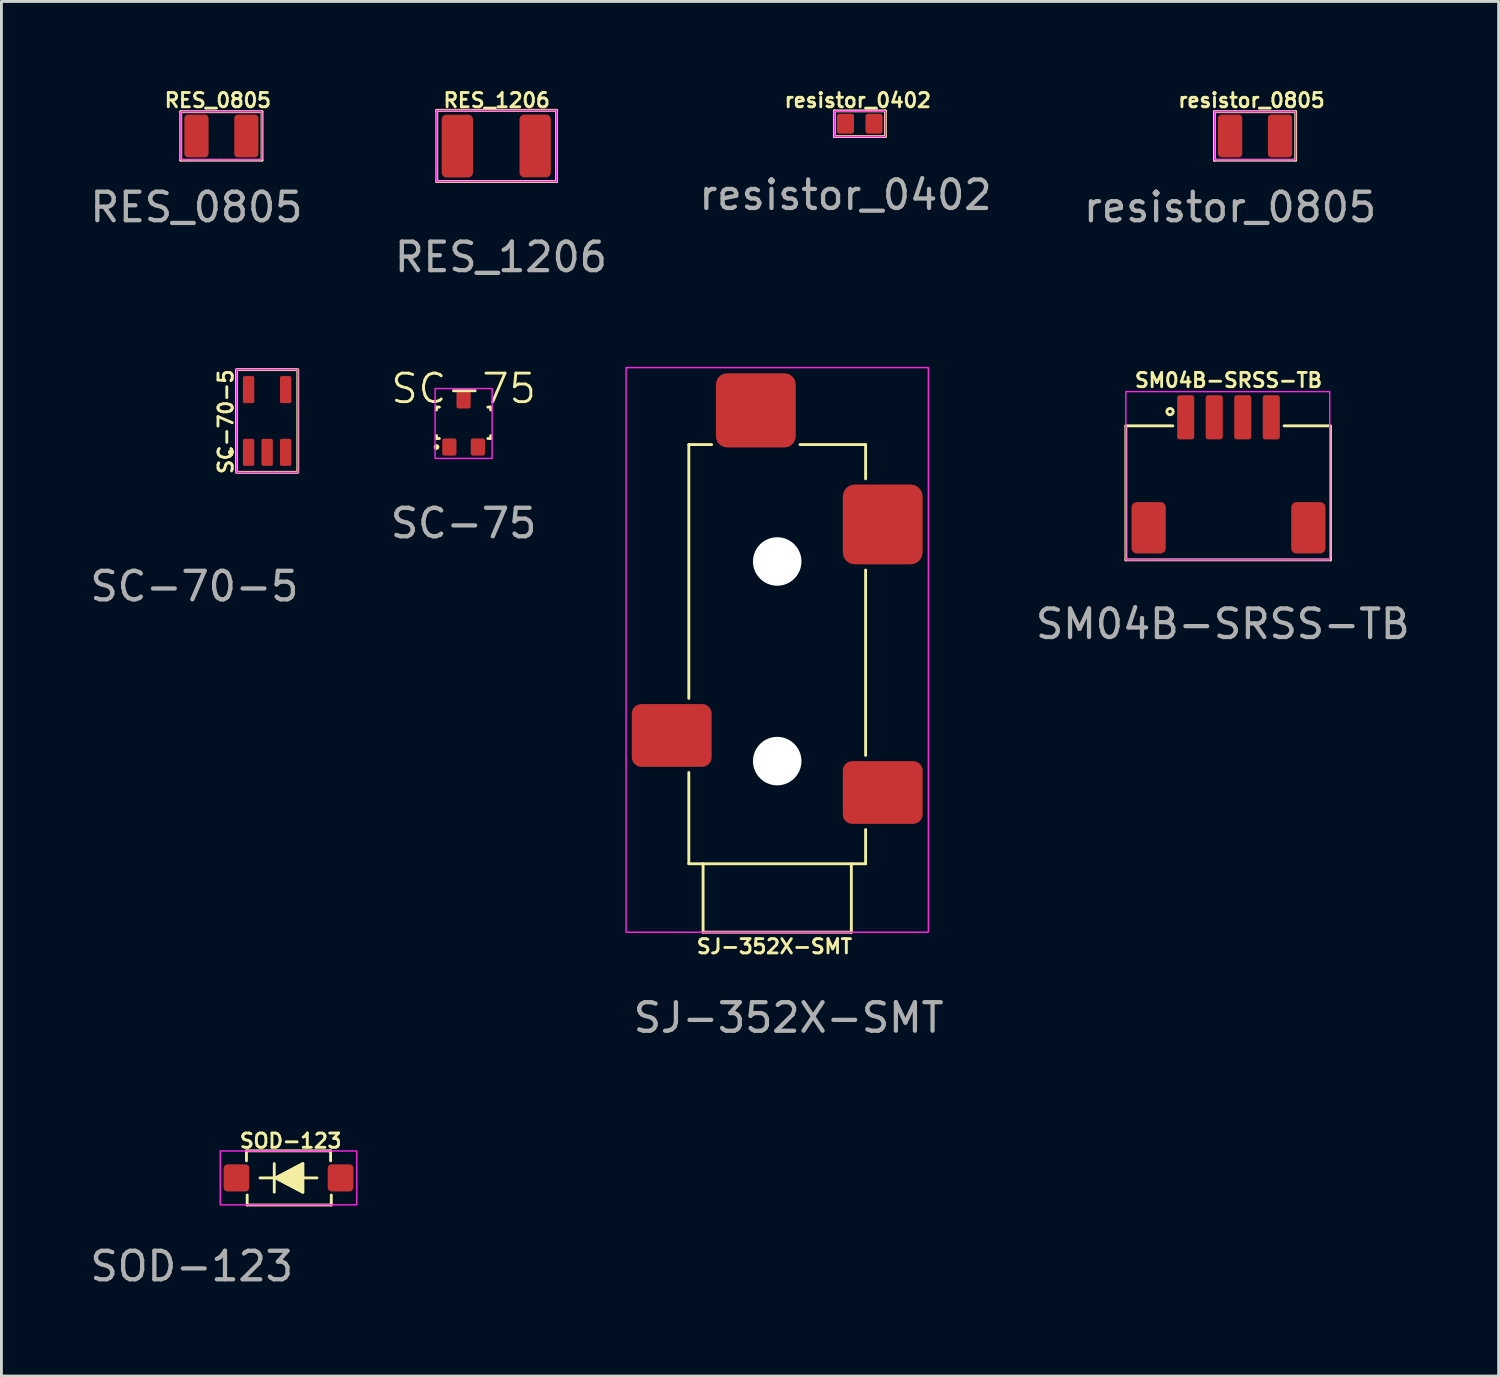
<source format=kicad_pcb>
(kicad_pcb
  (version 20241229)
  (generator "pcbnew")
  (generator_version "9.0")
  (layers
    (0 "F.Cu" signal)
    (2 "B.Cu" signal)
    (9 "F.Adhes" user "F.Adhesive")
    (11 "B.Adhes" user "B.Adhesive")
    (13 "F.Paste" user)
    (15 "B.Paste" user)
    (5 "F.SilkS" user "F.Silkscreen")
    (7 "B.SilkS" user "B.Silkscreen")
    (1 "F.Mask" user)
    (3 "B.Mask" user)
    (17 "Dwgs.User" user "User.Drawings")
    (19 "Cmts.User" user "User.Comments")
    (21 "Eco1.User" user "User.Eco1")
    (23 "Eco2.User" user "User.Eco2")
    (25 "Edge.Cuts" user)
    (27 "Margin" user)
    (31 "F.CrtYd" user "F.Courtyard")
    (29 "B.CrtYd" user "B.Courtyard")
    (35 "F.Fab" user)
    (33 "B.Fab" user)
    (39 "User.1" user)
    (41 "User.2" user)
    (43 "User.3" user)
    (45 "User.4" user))
  (footprint "resistor_0805"
    (layer "F.Cu")
    (at 40.964 1.713)
    (property "Reference" "resistor_0805" (at -0.125 -1.245 0) (unlocked yes) (layer "F.SilkS") (effects (font (size 0.5 0.5) (thickness 0.1))))
    (attr smd)
    (fp_line (start -1.425 -0.845) (end 1.425 -0.845) (stroke (width 0.1) (type default)) (layer "F.SilkS"))
    (fp_line (start -1.425 0.855) (end -1.425 -0.845) (stroke (width 0.1) (type default)) (layer "F.SilkS"))
    (fp_line (start 1.425 -0.845) (end 1.425 0.855) (stroke (width 0.1) (type default)) (layer "F.SilkS"))
    (fp_line (start 1.425 0.855) (end -1.425 0.855) (stroke (width 0.1) (type default)) (layer "F.SilkS"))
    (fp_rect (start -1.42 -0.845) (end 1.42 0.845) (stroke (width 0.05) (type default)) (fill no) (layer "F.CrtYd"))
    (fp_text user "${REFERENCE}" (at -0.875 2.505 0) (unlocked yes) (layer "F.Fab") (effects (font (size 1 1) (thickness 0.15))))
    (pad "1" smd roundrect (at -0.875 0.005) (size 0.85 1.5) (layers "F.Cu" "F.Mask" "F.Paste") (roundrect_rratio 0.15))
    (pad "2" smd roundrect (at 0.875 0.005) (size 0.85 1.5) (layers "F.Cu" "F.Mask" "F.Paste") (roundrect_rratio 0.15)))
  (footprint "SJ-352X-SMT"
    (layer "F.Cu")
    (at 24.206 19.741)
    (property "Reference" "SJ-352X-SMT" (at -0.1 10.4 0) (unlocked yes) (layer "F.SilkS") (effects (font (size 0.5 0.5) (thickness 0.1))))
    (attr smd)
    (fp_line (start -3.1 -7.2) (end -2.3 -7.2) (stroke (width 0.1) (type default)) (layer "F.SilkS"))
    (fp_line (start -3.1 1.7) (end -3.1 -7.2) (stroke (width 0.1) (type default)) (layer "F.SilkS"))
    (fp_line (start -3.1 7.5) (end -3.1 4.3) (stroke (width 0.1) (type default)) (layer "F.SilkS"))
    (fp_line (start -2.6 7.5) (end -2.6 9.9) (stroke (width 0.1) (type default)) (layer "F.SilkS"))
    (fp_line (start 0.8 -7.2) (end 3.1 -7.2) (stroke (width 0.1) (type default)) (layer "F.SilkS"))
    (fp_line (start 2.6 7.5) (end 2.6 9.9) (stroke (width 0.1) (type default)) (layer "F.SilkS"))
    (fp_line (start 2.6 9.9) (end -2.6 9.9) (stroke (width 0.1) (type default)) (layer "F.SilkS"))
    (fp_line (start 3.1 -6) (end 3.1 -7.2) (stroke (width 0.1) (type default)) (layer "F.SilkS"))
    (fp_line (start 3.1 3.7) (end 3.1 -2.8) (stroke (width 0.1) (type default)) (layer "F.SilkS"))
    (fp_line (start 3.1 7.5) (end -3.1 7.5) (stroke (width 0.1) (type default)) (layer "F.SilkS"))
    (fp_line (start 3.1 7.5) (end 3.1 6.3) (stroke (width 0.1) (type default)) (layer "F.SilkS"))
    (fp_rect (start -5.3 -9.9) (end 5.3 9.9) (stroke (width 0.05) (type default)) (fill no) (layer "F.CrtYd"))
    (fp_text user "${REFERENCE}" (at 0.4 12.9 0) (unlocked yes) (layer "F.Fab") (effects (font (size 1 1) (thickness 0.15))))
    (pad "" np_thru_hole circle (at 0 -3.1) (size 1.7 1.7) (drill 1.7) (layers "*.Cu" "*.Mask"))
    (pad "" np_thru_hole circle (at 0 3.9) (size 1.7 1.7) (drill 1.7) (layers "*.Cu" "*.Mask"))
    (pad "1" smd roundrect (at 3.7 5) (size 2.8 2.2) (layers "F.Cu" "F.Mask" "F.Paste") (roundrect_rratio 0.15))
    (pad "2" smd roundrect (at 3.7 -4.4) (size 2.8 2.8) (layers "F.Cu" "F.Mask" "F.Paste") (roundrect_rratio 0.15))
    (pad "3" smd roundrect (at -3.7 3) (size 2.8 2.2) (layers "F.Cu" "F.Mask" "F.Paste") (roundrect_rratio 0.15))
    (pad "4" smd roundrect (at -0.75 -8.4) (size 2.8 2.6) (layers "F.Cu" "F.Mask" "F.Paste") (roundrect_rratio 0.15)))
  (footprint "SM04B-SRSS-TB"
    (layer "F.Cu")
    (at 40.007 13.634)
    (property "Reference" "SM04B-SRSS-TB" (at 0.025 -3.35 0) (unlocked yes) (layer "F.SilkS") (effects (font (size 0.5 0.5) (thickness 0.1))))
    (attr smd)
    (fp_line (start -3.575 -1.75) (end -1.925 -1.75) (stroke (width 0.1) (type default)) (layer "F.SilkS"))
    (fp_line (start -3.575 2.95) (end -3.575 -1.75) (stroke (width 0.1) (type default)) (layer "F.SilkS"))
    (fp_line (start 1.975 -1.75) (end 3.575 -1.75) (stroke (width 0.1) (type default)) (layer "F.SilkS"))
    (fp_line (start 3.6 -1.75) (end 3.6 2.95) (stroke (width 0.1) (type default)) (layer "F.SilkS"))
    (fp_line (start 3.6 2.95) (end -3.575 2.95) (stroke (width 0.1) (type default)) (layer "F.SilkS"))
    (fp_circle (center -2.025 -2.25) (end -1.925 -2.3) (stroke (width 0.1) (type default)) (fill no) (layer "F.SilkS"))
    (fp_rect (start -3.575 -2.95) (end 3.575 2.95) (stroke (width 0.05) (type default)) (fill no) (layer "F.CrtYd"))
    (fp_text user "${REFERENCE}" (at -0.175 5.2 0) (unlocked yes) (layer "F.Fab") (effects (font (size 1 1) (thickness 0.15))))
    (pad "" smd roundrect (at -2.775 1.825) (size 1.2 1.8) (layers "F.Cu" "F.Mask" "F.Paste") (roundrect_rratio 0.15))
    (pad "" smd roundrect (at 2.825 1.825) (size 1.2 1.8) (layers "F.Cu" "F.Mask" "F.Paste") (roundrect_rratio 0.15))
    (pad "1" smd roundrect (at -1.475 -2.05) (size 0.6 1.55) (layers "F.Cu" "F.Mask" "F.Paste") (roundrect_rratio 0.15))
    (pad "2" smd roundrect (at -0.475 -2.05) (size 0.6 1.55) (layers "F.Cu" "F.Mask" "F.Paste") (roundrect_rratio 0.15))
    (pad "3" smd roundrect (at 0.525 -2.05) (size 0.6 1.55) (layers "F.Cu" "F.Mask" "F.Paste") (roundrect_rratio 0.15))
    (pad "4" smd roundrect (at 1.525 -2.05) (size 0.6 1.55) (layers "F.Cu" "F.Mask" "F.Paste") (roundrect_rratio 0.15)))
  (footprint "SOD-123"
    (layer "F.Cu")
    (at 7.068 38.258)
    (property "Reference" "SOD-123" (at 0.075 -1.3 0) (unlocked yes) (layer "F.SilkS") (effects (font (size 0.5 0.5) (thickness 0.1))))
    (attr smd)
    (fp_line (start -1.475 -0.95) (end 1.475 -0.95) (stroke (width 0.1) (type default)) (layer "F.SilkS"))
    (fp_line (start -1.475 -0.6) (end -1.475 -0.95) (stroke (width 0.1) (type default)) (layer "F.SilkS"))
    (fp_line (start -1.45 0.6) (end -1.45 0.95) (stroke (width 0.1) (type default)) (layer "F.SilkS"))
    (fp_line (start -1 0) (end -0.5 0) (stroke (width 0.1) (type default)) (layer "F.SilkS"))
    (fp_line (start -0.5 -0.5) (end -0.5 0) (stroke (width 0.1) (type default)) (layer "F.SilkS"))
    (fp_line (start -0.5 0.5) (end -0.5 0) (stroke (width 0.1) (type default)) (layer "F.SilkS"))
    (fp_line (start -0.45 0) (end 0.5 0.5) (stroke (width 0.1) (type default)) (layer "F.SilkS"))
    (fp_line (start 0.5 -0.5) (end -0.45 0) (stroke (width 0.1) (type default)) (layer "F.SilkS"))
    (fp_line (start 0.5 0) (end 1 0) (stroke (width 0.1) (type default)) (layer "F.SilkS"))
    (fp_line (start 0.5 0.5) (end 0.5 -0.5) (stroke (width 0.1) (type default)) (layer "F.SilkS"))
    (fp_line (start 1.475 -0.6) (end 1.475 -0.95) (stroke (width 0.1) (type default)) (layer "F.SilkS"))
    (fp_line (start 1.5 0.6) (end 1.5 0.95) (stroke (width 0.1) (type default)) (layer "F.SilkS"))
    (fp_line (start 1.5 0.95) (end -1.45 0.95) (stroke (width 0.1) (type default)) (layer "F.SilkS"))
    (fp_poly (pts (xy 0.5 -0.5) (xy -0.45 0) (xy 0.5 0.5)) (stroke (width 0.1) (type solid)) (fill yes) (layer "F.SilkS"))
    (fp_rect (start -2.395 -0.945) (end 2.395 0.945) (stroke (width 0.05) (type default)) (fill no) (layer "F.CrtYd"))
    (fp_text user "${REFERENCE}" (at -3.395 3.1 0) (unlocked yes) (layer "F.Fab") (effects (font (size 1 1) (thickness 0.15))))
    (pad "1" smd roundrect (at -1.825 0) (size 0.9 0.95) (layers "F.Cu" "F.Mask" "F.Paste") (roundrect_rratio 0.15))
    (pad "2" smd roundrect (at 1.825 0) (size 0.9 0.95) (layers "F.Cu" "F.Mask" "F.Paste") (roundrect_rratio 0.15)))
  (footprint "resistor_0402"
    (layer "F.Cu")
    (at 26.601 1.288)
    (property "Reference" "resistor_0402" (at 0.43 -0.82 0) (unlocked yes) (layer "F.SilkS") (effects (font (size 0.5 0.5) (thickness 0.1))))
    (attr smd)
    (fp_line (start -0.39 -0.45) (end 1.4 -0.45) (stroke (width 0.1) (type default)) (layer "F.SilkS"))
    (fp_line (start -0.39 0.45) (end -0.39 -0.45) (stroke (width 0.1) (type default)) (layer "F.SilkS"))
    (fp_line (start 1.395 0.45) (end -0.39 0.45) (stroke (width 0.1) (type default)) (layer "F.SilkS"))
    (fp_line (start 1.4 -0.45) (end 1.4 0.45) (stroke (width 0.1) (type default)) (layer "F.SilkS"))
    (fp_rect (start -0.39 -0.44) (end 1.4 0.45) (stroke (width 0.05) (type default)) (fill no) (layer "F.CrtYd"))
    (fp_text user "${REFERENCE}" (at 0 2.5 0) (unlocked yes) (layer "F.Fab") (effects (font (size 1 1) (thickness 0.15))))
    (pad "1" smd roundrect (at 0 0) (size 0.6 0.7) (layers "F.Cu" "F.Mask" "F.Paste") (roundrect_rratio 0.15))
    (pad "2" smd roundrect (at 1 0) (size 0.6 0.7) (layers "F.Cu" "F.Mask" "F.Paste") (roundrect_rratio 0.15)))
  (footprint "RES_1206"
    (layer "F.Cu")
    (at 14.368 2.068)
    (property "Reference" "RES_1206" (at 0 -1.6 0) (unlocked yes) (layer "F.SilkS") (effects (font (size 0.5 0.5) (thickness 0.1))))
    (attr smd)
    (fp_line (start -2.1 -1.25) (end 2.1 -1.25) (stroke (width 0.1) (type default)) (layer "F.SilkS"))
    (fp_line (start -2.1 1.25) (end -2.1 -1.25) (stroke (width 0.1) (type solid)) (layer "F.SilkS"))
    (fp_line (start 2.1 -1.25) (end 2.1 1.25) (stroke (width 0.1) (type default)) (layer "F.SilkS"))
    (fp_line (start 2.1 1.25) (end -2.1 1.25) (stroke (width 0.1) (type default)) (layer "F.SilkS"))
    (fp_rect (start -2.1 -1.25) (end 2.1 1.25) (stroke (width 0.05) (type default)) (fill no) (layer "F.CrtYd"))
    (fp_text user "${REFERENCE}" (at 0.15 3.9 0) (unlocked yes) (layer "F.Fab") (effects (font (size 1 1) (thickness 0.15))))
    (pad "1" smd roundrect (at -1.38 0.005) (size 1.1 2.2) (layers "F.Cu" "F.Mask" "F.Paste") (roundrect_rratio 0.15))
    (pad "2" smd roundrect (at 1.35 0) (size 1.1 2.2) (layers "F.Cu" "F.Mask" "F.Paste") (roundrect_rratio 0.15)))
  (footprint "SC-70-5"
    (layer "F.Cu")
    (at 6.318 11.713)
    (property "Reference" "SC-70-5" (at -1.45 0.025 90) (unlocked yes) (layer "F.SilkS") (effects (font (size 0.5 0.5) (thickness 0.1))))
    (attr smd)
    (fp_rect (start -1.075 -1.8) (end 1.075 1.8) (stroke (width 0.1) (type default)) (fill no) (layer "F.SilkS"))
    (fp_circle (center -1.275 1.1) (end -1.225 1.1) (stroke (width 0.1) (type default)) (fill no) (layer "F.SilkS"))
    (fp_rect (start -1.075 -1.8) (end 1.075 1.8) (stroke (width 0.05) (type default)) (fill no) (layer "F.CrtYd"))
    (fp_text user "${REFERENCE}" (at -2.55 5.8 0) (unlocked yes) (layer "F.Fab") (effects (font (size 1 1) (thickness 0.15))))
    (pad "1" smd roundrect (at -0.65 1.1 90) (size 0.95 0.4) (layers "F.Cu" "F.Mask" "F.Paste") (roundrect_rratio 0.15))
    (pad "2" smd roundrect (at 0 1.1 90) (size 0.95 0.4) (layers "F.Cu" "F.Mask" "F.Paste") (roundrect_rratio 0.15))
    (pad "3" smd roundrect (at 0.65 1.1 90) (size 0.95 0.4) (layers "F.Cu" "F.Mask" "F.Paste") (roundrect_rratio 0.15))
    (pad "4" smd roundrect (at 0.65 -1.1 90) (size 0.95 0.4) (layers "F.Cu" "F.Mask" "F.Paste") (roundrect_rratio 0.15))
    (pad "5" smd roundrect (at -0.65 -1.1 90) (size 0.95 0.4) (layers "F.Cu" "F.Mask" "F.Paste") (roundrect_rratio 0.15)))
  (footprint "RES_0805"
    (layer "F.Cu")
    (at 4.714 1.713)
    (property "Reference" "RES_0805" (at -0.125 -1.245 0) (unlocked yes) (layer "F.SilkS") (effects (font (size 0.5 0.5) (thickness 0.1))))
    (attr smd)
    (fp_line (start -1.425 -0.845) (end 1.425 -0.845) (stroke (width 0.1) (type default)) (layer "F.SilkS"))
    (fp_line (start -1.425 0.855) (end -1.425 -0.845) (stroke (width 0.1) (type default)) (layer "F.SilkS"))
    (fp_line (start 1.425 -0.845) (end 1.425 0.855) (stroke (width 0.1) (type default)) (layer "F.SilkS"))
    (fp_line (start 1.425 0.855) (end -1.425 0.855) (stroke (width 0.1) (type default)) (layer "F.SilkS"))
    (fp_rect (start -1.42 -0.845) (end 1.42 0.845) (stroke (width 0.05) (type default)) (fill no) (layer "F.CrtYd"))
    (fp_text user "${REFERENCE}" (at -0.875 2.505 0) (unlocked yes) (layer "F.Fab") (effects (font (size 1 1) (thickness 0.15))))
    (pad "1" smd roundrect (at -0.875 0.005) (size 0.85 1.5) (layers "F.Cu" "F.Mask" "F.Paste") (roundrect_rratio 0.15))
    (pad "2" smd roundrect (at 0.875 0.005) (size 0.85 1.5) (layers "F.Cu" "F.Mask" "F.Paste") (roundrect_rratio 0.15)))
  (footprint "SC-75"
    (layer "F.Cu")
    (at 13.208 11.802)
    (property "Reference" "SC-75" (at 0 -1.225 0) (unlocked yes) (layer "F.SilkS") (effects (font (size 1 1) (thickness 0.1))))
    (attr smd)
    (fp_line (start -0.95 -0.575) (end -0.85 -0.575) (stroke (width 0.1) (type default)) (layer "F.SilkS"))
    (fp_line (start -0.95 -0.475) (end -0.95 -0.575) (stroke (width 0.1) (type default)) (layer "F.SilkS"))
    (fp_line (start -0.95 0.525) (end -0.95 0.425) (stroke (width 0.1) (type default)) (layer "F.SilkS"))
    (fp_line (start -0.85 0.525) (end -0.95 0.525) (stroke (width 0.1) (type default)) (layer "F.SilkS"))
    (fp_line (start 0.85 0.525) (end 0.95 0.525) (stroke (width 0.1) (type default)) (layer "F.SilkS"))
    (fp_line (start 0.95 -0.575) (end 0.85 -0.575) (stroke (width 0.1) (type default)) (layer "F.SilkS"))
    (fp_line (start 0.95 -0.475) (end 0.95 -0.575) (stroke (width 0.1) (type default)) (layer "F.SilkS"))
    (fp_line (start 0.95 0.525) (end 0.95 0.425) (stroke (width 0.1) (type default)) (layer "F.SilkS"))
    (fp_circle (center -0.95 0.825) (end -0.9 0.825) (stroke (width 0.1) (type default)) (fill no) (layer "F.SilkS"))
    (fp_rect (start -1 -1.225) (end 1 1.225) (stroke (width 0.05) (type default)) (fill no) (layer "F.CrtYd"))
    (fp_text user "${REFERENCE}" (at 0 3.5 0) (unlocked yes) (layer "F.Fab") (effects (font (size 1 1) (thickness 0.15))))
    (pad "1" smd roundrect (at -0.5 0.825) (size 0.5 0.6) (layers "F.Cu" "F.Mask" "F.Paste") (roundrect_rratio 0.15))
    (pad "2" smd roundrect (at 0.5 0.825) (size 0.5 0.6) (layers "F.Cu" "F.Mask" "F.Paste") (roundrect_rratio 0.15))
    (pad "3" smd roundrect (at 0 -0.825) (size 0.5 0.6) (layers "F.Cu" "F.Mask" "F.Paste") (roundrect_rratio 0.15)))
  (gr_rect
    (start -3 -3)
    (end 49.505 45.206)
    (stroke (width 0.1) (type default))
    (fill no)
    (layer "Edge.Cuts")))
</source>
